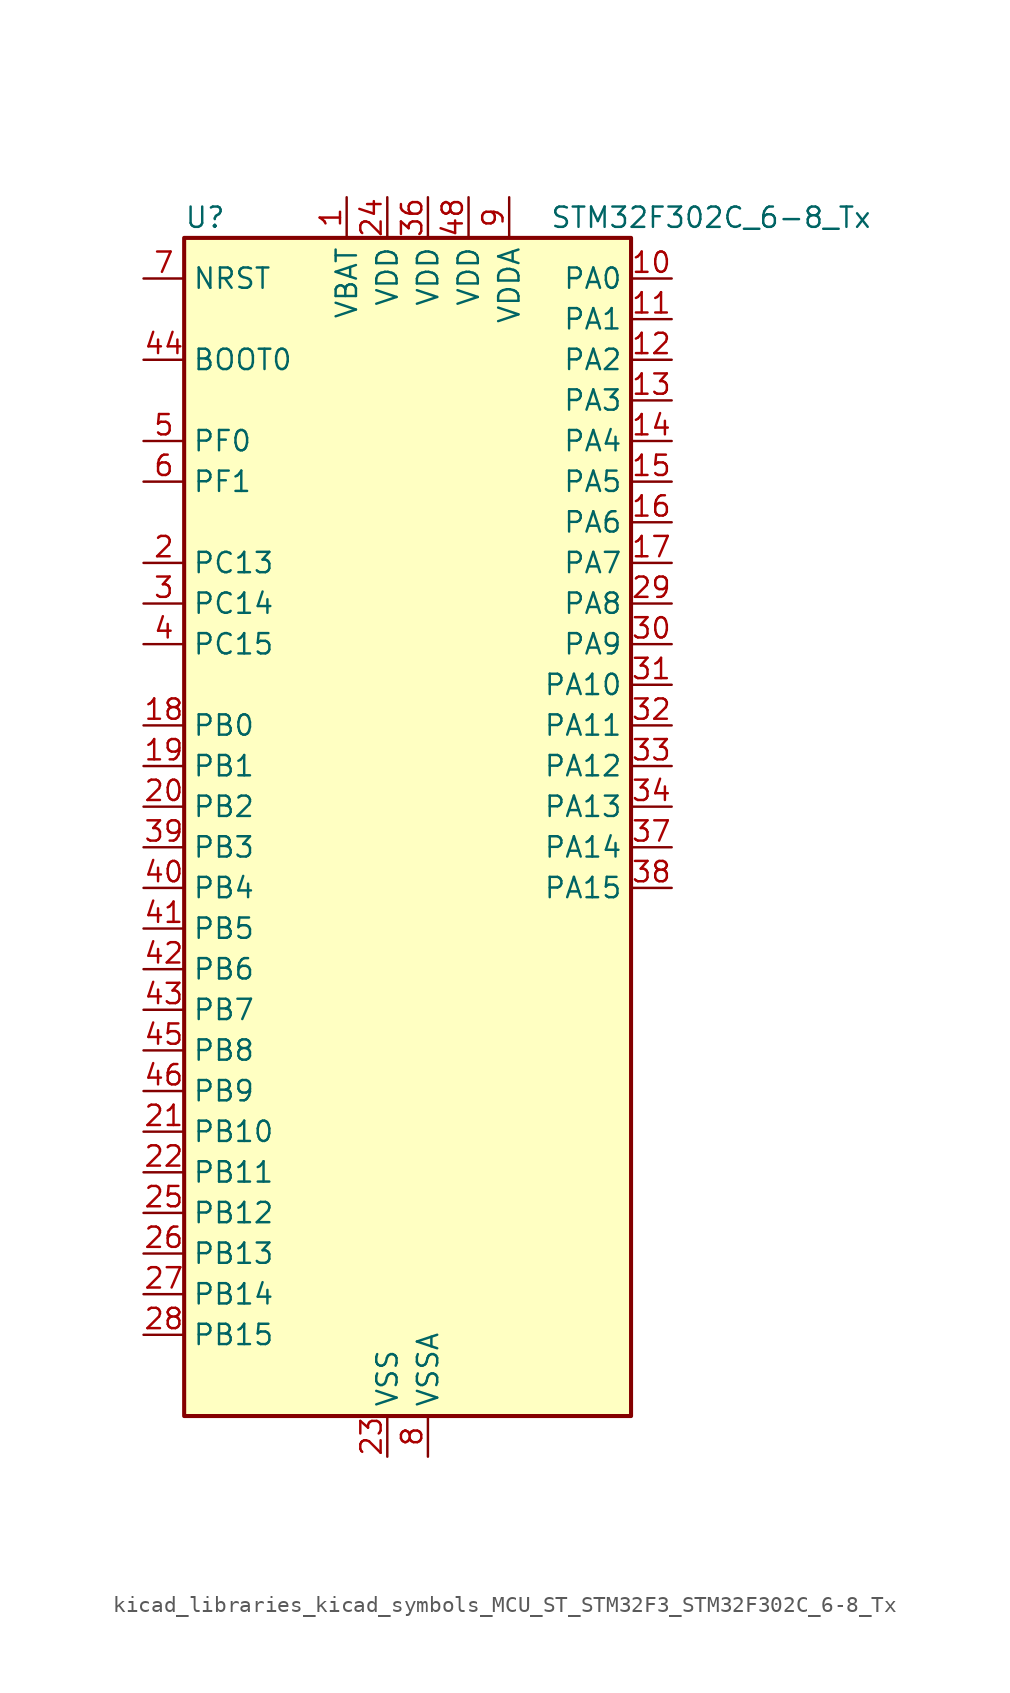
<source format=kicad_sym>
(kicad_symbol_lib
  (version 20220914)
  (generator kicad_symbol_editor)
  (symbol "kicad_libraries_kicad_symbols_MCU_ST_STM32F3_STM32F302C_6-8_Tx"
    (property "Reference" "U"
      (at -12.7 39.37 0)
      (effects (font (size 1.27 1.27)) (justify left)))
    (property "Value" "STM32F302C_6-8_Tx"
      (at 10.16 39.37 0)
      (effects (font (size 1.27 1.27)) (justify left)))
    (property "ki_locked" ""
      (at 0 0 0)
      (effects (font (size 1.27 1.27))))
    (symbol "kicad_libraries_kicad_symbols_MCU_ST_STM32F3_STM32F302C_6-8_Tx_0_1"
      (rectangle (start -12.7 -35.56) (end 15.24 38.1) (stroke (width 0.254) (type default)) (fill (type background))))
    (symbol "kicad_libraries_kicad_symbols_MCU_ST_STM32F3_STM32F302C_6-8_Tx_1_1"
      (pin power_in line (at -2.54 40.64 270) (length 2.54) (name "VBAT" (effects (font (size 1.27 1.27)))) (number "1" (effects (font (size 1.27 1.27)))))
      (pin bidirectional line (at 17.78 35.56 180) (length 2.54) (name "PA0" (effects (font (size 1.27 1.27)))) (number "10" (effects (font (size 1.27 1.27)))) (alternate "ADC1_IN1" bidirectional line) (alternate "RTC_TAMP2" bidirectional line) (alternate "SYS_WKUP1" bidirectional line) (alternate "TIM2_CH1" bidirectional line) (alternate "TIM2_ETR" bidirectional line) (alternate "TSC_G1_IO1" bidirectional line) (alternate "USART2_CTS" bidirectional line))
      (pin bidirectional line (at 17.78 33.02 180) (length 2.54) (name "PA1" (effects (font (size 1.27 1.27)))) (number "11" (effects (font (size 1.27 1.27)))) (alternate "ADC1_IN2" bidirectional line) (alternate "RTC_REFIN" bidirectional line) (alternate "TIM15_CH1N" bidirectional line) (alternate "TIM2_CH2" bidirectional line) (alternate "TSC_G1_IO2" bidirectional line) (alternate "USART2_DE" bidirectional line) (alternate "USART2_RTS" bidirectional line))
      (pin bidirectional line (at 17.78 30.48 180) (length 2.54) (name "PA2" (effects (font (size 1.27 1.27)))) (number "12" (effects (font (size 1.27 1.27)))) (alternate "ADC1_IN3" bidirectional line) (alternate "COMP2_INM" bidirectional line) (alternate "COMP2_OUT" bidirectional line) (alternate "TIM15_CH1" bidirectional line) (alternate "TIM2_CH3" bidirectional line) (alternate "TSC_G1_IO3" bidirectional line) (alternate "USART2_TX" bidirectional line))
      (pin bidirectional line (at 17.78 27.94 180) (length 2.54) (name "PA3" (effects (font (size 1.27 1.27)))) (number "13" (effects (font (size 1.27 1.27)))) (alternate "ADC1_IN4" bidirectional line) (alternate "TIM15_CH2" bidirectional line) (alternate "TIM2_CH4" bidirectional line) (alternate "TSC_G1_IO4" bidirectional line) (alternate "USART2_RX" bidirectional line))
      (pin bidirectional line (at 17.78 25.4 180) (length 2.54) (name "PA4" (effects (font (size 1.27 1.27)))) (number "14" (effects (font (size 1.27 1.27)))) (alternate "ADC1_IN5" bidirectional line) (alternate "COMP2_INM" bidirectional line) (alternate "COMP4_INM" bidirectional line) (alternate "COMP6_INM" bidirectional line) (alternate "DAC_OUT1" bidirectional line) (alternate "I2S3_WS" bidirectional line) (alternate "SPI3_NSS" bidirectional line) (alternate "TSC_G2_IO1" bidirectional line) (alternate "USART2_CK" bidirectional line))
      (pin bidirectional line (at 17.78 22.86 180) (length 2.54) (name "PA5" (effects (font (size 1.27 1.27)))) (number "15" (effects (font (size 1.27 1.27)))) (alternate "OPAMP2_VINM" bidirectional line) (alternate "OPAMP2_VINM_SEC" bidirectional line) (alternate "TIM2_CH1" bidirectional line) (alternate "TIM2_ETR" bidirectional line) (alternate "TSC_G2_IO2" bidirectional line))
      (pin bidirectional line (at 17.78 20.32 180) (length 2.54) (name "PA6" (effects (font (size 1.27 1.27)))) (number "16" (effects (font (size 1.27 1.27)))) (alternate "ADC1_IN10" bidirectional line) (alternate "OPAMP2_VOUT" bidirectional line) (alternate "TIM16_CH1" bidirectional line) (alternate "TIM1_BKIN" bidirectional line) (alternate "TSC_G2_IO3" bidirectional line))
      (pin bidirectional line (at 17.78 17.78 180) (length 2.54) (name "PA7" (effects (font (size 1.27 1.27)))) (number "17" (effects (font (size 1.27 1.27)))) (alternate "ADC1_IN15" bidirectional line) (alternate "COMP2_INP" bidirectional line) (alternate "OPAMP2_VINP" bidirectional line) (alternate "OPAMP2_VINP_SEC" bidirectional line) (alternate "TIM17_CH1" bidirectional line) (alternate "TIM1_CH1N" bidirectional line) (alternate "TSC_G2_IO4" bidirectional line))
      (pin bidirectional line (at -15.24 7.62 0) (length 2.54) (name "PB0" (effects (font (size 1.27 1.27)))) (number "18" (effects (font (size 1.27 1.27)))) (alternate "ADC1_IN11" bidirectional line) (alternate "COMP4_INP" bidirectional line) (alternate "OPAMP2_VINP" bidirectional line) (alternate "OPAMP2_VINP_SEC" bidirectional line) (alternate "TIM1_CH2N" bidirectional line) (alternate "TSC_G3_IO2" bidirectional line))
      (pin bidirectional line (at -15.24 5.08 0) (length 2.54) (name "PB1" (effects (font (size 1.27 1.27)))) (number "19" (effects (font (size 1.27 1.27)))) (alternate "ADC1_IN12" bidirectional line) (alternate "COMP4_OUT" bidirectional line) (alternate "TIM1_CH3N" bidirectional line) (alternate "TSC_G3_IO3" bidirectional line))
      (pin bidirectional line (at -15.24 17.78 0) (length 2.54) (name "PC13" (effects (font (size 1.27 1.27)))) (number "2" (effects (font (size 1.27 1.27)))) (alternate "RTC_OUT_ALARM" bidirectional line) (alternate "RTC_OUT_CALIB" bidirectional line) (alternate "RTC_TAMP1" bidirectional line) (alternate "RTC_TS" bidirectional line) (alternate "SYS_WKUP2" bidirectional line) (alternate "TIM1_CH1N" bidirectional line))
      (pin bidirectional line (at -15.24 2.54 0) (length 2.54) (name "PB2" (effects (font (size 1.27 1.27)))) (number "20" (effects (font (size 1.27 1.27)))) (alternate "COMP4_INM" bidirectional line) (alternate "TSC_G3_IO4" bidirectional line))
      (pin bidirectional line (at -15.24 -17.78 0) (length 2.54) (name "PB10" (effects (font (size 1.27 1.27)))) (number "21" (effects (font (size 1.27 1.27)))) (alternate "TIM2_CH3" bidirectional line) (alternate "TSC_SYNC" bidirectional line) (alternate "USART3_TX" bidirectional line))
      (pin bidirectional line (at -15.24 -20.32 0) (length 2.54) (name "PB11" (effects (font (size 1.27 1.27)))) (number "22" (effects (font (size 1.27 1.27)))) (alternate "ADC1_EXTI11" bidirectional line) (alternate "ADC1_IN14" bidirectional line) (alternate "COMP6_INP" bidirectional line) (alternate "TIM2_CH4" bidirectional line) (alternate "TSC_G6_IO1" bidirectional line) (alternate "USART3_RX" bidirectional line))
      (pin power_in line (at 0 -38.1 90) (length 2.54) (name "VSS" (effects (font (size 1.27 1.27)))) (number "23" (effects (font (size 1.27 1.27)))))
      (pin power_in line (at 0 40.64 270) (length 2.54) (name "VDD" (effects (font (size 1.27 1.27)))) (number "24" (effects (font (size 1.27 1.27)))))
      (pin bidirectional line (at -15.24 -22.86 0) (length 2.54) (name "PB12" (effects (font (size 1.27 1.27)))) (number "25" (effects (font (size 1.27 1.27)))) (alternate "I2C2_SMBA" bidirectional line) (alternate "I2S2_WS" bidirectional line) (alternate "SPI2_NSS" bidirectional line) (alternate "TIM1_BKIN" bidirectional line) (alternate "TSC_G6_IO2" bidirectional line) (alternate "USART3_CK" bidirectional line))
      (pin bidirectional line (at -15.24 -25.4 0) (length 2.54) (name "PB13" (effects (font (size 1.27 1.27)))) (number "26" (effects (font (size 1.27 1.27)))) (alternate "ADC1_IN13" bidirectional line) (alternate "I2S2_CK" bidirectional line) (alternate "SPI2_SCK" bidirectional line) (alternate "TIM1_CH1N" bidirectional line) (alternate "TSC_G6_IO3" bidirectional line) (alternate "USART3_CTS" bidirectional line))
      (pin bidirectional line (at -15.24 -27.94 0) (length 2.54) (name "PB14" (effects (font (size 1.27 1.27)))) (number "27" (effects (font (size 1.27 1.27)))) (alternate "I2S2_ext_SD" bidirectional line) (alternate "OPAMP2_VINP" bidirectional line) (alternate "OPAMP2_VINP_SEC" bidirectional line) (alternate "SPI2_MISO" bidirectional line) (alternate "TIM15_CH1" bidirectional line) (alternate "TIM1_CH2N" bidirectional line) (alternate "TSC_G6_IO4" bidirectional line) (alternate "USART3_DE" bidirectional line) (alternate "USART3_RTS" bidirectional line))
      (pin bidirectional line (at -15.24 -30.48 0) (length 2.54) (name "PB15" (effects (font (size 1.27 1.27)))) (number "28" (effects (font (size 1.27 1.27)))) (alternate "ADC1_EXTI15" bidirectional line) (alternate "COMP6_INM" bidirectional line) (alternate "I2S2_SD" bidirectional line) (alternate "RTC_REFIN" bidirectional line) (alternate "SPI2_MOSI" bidirectional line) (alternate "TIM15_CH1N" bidirectional line) (alternate "TIM15_CH2" bidirectional line) (alternate "TIM1_CH3N" bidirectional line))
      (pin bidirectional line (at 17.78 15.24 180) (length 2.54) (name "PA8" (effects (font (size 1.27 1.27)))) (number "29" (effects (font (size 1.27 1.27)))) (alternate "I2C2_SMBA" bidirectional line) (alternate "I2C3_SCL" bidirectional line) (alternate "I2S2_MCK" bidirectional line) (alternate "RCC_MCO" bidirectional line) (alternate "TIM1_CH1" bidirectional line) (alternate "USART1_CK" bidirectional line))
      (pin bidirectional line (at -15.24 15.24 0) (length 2.54) (name "PC14" (effects (font (size 1.27 1.27)))) (number "3" (effects (font (size 1.27 1.27)))) (alternate "RCC_OSC32_IN" bidirectional line))
      (pin bidirectional line (at 17.78 12.7 180) (length 2.54) (name "PA9" (effects (font (size 1.27 1.27)))) (number "30" (effects (font (size 1.27 1.27)))) (alternate "DAC_EXTI9" bidirectional line) (alternate "I2C2_SCL" bidirectional line) (alternate "I2C3_SMBA" bidirectional line) (alternate "I2S3_MCK" bidirectional line) (alternate "TIM15_BKIN" bidirectional line) (alternate "TIM1_CH2" bidirectional line) (alternate "TIM2_CH3" bidirectional line) (alternate "TSC_G4_IO1" bidirectional line) (alternate "USART1_TX" bidirectional line))
      (pin bidirectional line (at 17.78 10.16 180) (length 2.54) (name "PA10" (effects (font (size 1.27 1.27)))) (number "31" (effects (font (size 1.27 1.27)))) (alternate "COMP6_OUT" bidirectional line) (alternate "I2C2_SDA" bidirectional line) (alternate "I2S2_ext_SD" bidirectional line) (alternate "SPI2_MISO" bidirectional line) (alternate "TIM17_BKIN" bidirectional line) (alternate "TIM1_CH3" bidirectional line) (alternate "TIM2_CH4" bidirectional line) (alternate "TSC_G4_IO2" bidirectional line) (alternate "USART1_RX" bidirectional line))
      (pin bidirectional line (at 17.78 7.62 180) (length 2.54) (name "PA11" (effects (font (size 1.27 1.27)))) (number "32" (effects (font (size 1.27 1.27)))) (alternate "ADC1_EXTI11" bidirectional line) (alternate "CAN_RX" bidirectional line) (alternate "I2S2_SD" bidirectional line) (alternate "SPI2_MOSI" bidirectional line) (alternate "TIM1_BKIN2" bidirectional line) (alternate "TIM1_CH1N" bidirectional line) (alternate "TIM1_CH4" bidirectional line) (alternate "USART1_CTS" bidirectional line) (alternate "USB_DM" bidirectional line))
      (pin bidirectional line (at 17.78 5.08 180) (length 2.54) (name "PA12" (effects (font (size 1.27 1.27)))) (number "33" (effects (font (size 1.27 1.27)))) (alternate "CAN_TX" bidirectional line) (alternate "COMP2_OUT" bidirectional line) (alternate "I2S_CKIN" bidirectional line) (alternate "TIM16_CH1" bidirectional line) (alternate "TIM1_CH2N" bidirectional line) (alternate "TIM1_ETR" bidirectional line) (alternate "USART1_DE" bidirectional line) (alternate "USART1_RTS" bidirectional line) (alternate "USB_DP" bidirectional line))
      (pin bidirectional line (at 17.78 2.54 180) (length 2.54) (name "PA13" (effects (font (size 1.27 1.27)))) (number "34" (effects (font (size 1.27 1.27)))) (alternate "IR_OUT" bidirectional line) (alternate "SYS_JTMS-SWDIO" bidirectional line) (alternate "TIM16_CH1N" bidirectional line) (alternate "TSC_G4_IO3" bidirectional line) (alternate "USART3_CTS" bidirectional line))
      (pin passive line (at 0 -38.1 90) (length 2.54) hide (name "VSS" (effects (font (size 1.27 1.27)))) (number "35" (effects (font (size 1.27 1.27)))))
      (pin power_in line (at 2.54 40.64 270) (length 2.54) (name "VDD" (effects (font (size 1.27 1.27)))) (number "36" (effects (font (size 1.27 1.27)))))
      (pin bidirectional line (at 17.78 0 180) (length 2.54) (name "PA14" (effects (font (size 1.27 1.27)))) (number "37" (effects (font (size 1.27 1.27)))) (alternate "I2C1_SDA" bidirectional line) (alternate "SYS_JTCK-SWCLK" bidirectional line) (alternate "TIM1_BKIN" bidirectional line) (alternate "TSC_G4_IO4" bidirectional line) (alternate "USART2_TX" bidirectional line))
      (pin bidirectional line (at 17.78 -2.54 180) (length 2.54) (name "PA15" (effects (font (size 1.27 1.27)))) (number "38" (effects (font (size 1.27 1.27)))) (alternate "ADC1_EXTI15" bidirectional line) (alternate "I2C1_SCL" bidirectional line) (alternate "I2S3_WS" bidirectional line) (alternate "SPI3_NSS" bidirectional line) (alternate "SYS_JTDI" bidirectional line) (alternate "TIM1_BKIN" bidirectional line) (alternate "TIM2_CH1" bidirectional line) (alternate "TIM2_ETR" bidirectional line) (alternate "TSC_SYNC" bidirectional line) (alternate "USART2_RX" bidirectional line))
      (pin bidirectional line (at -15.24 0 0) (length 2.54) (name "PB3" (effects (font (size 1.27 1.27)))) (number "39" (effects (font (size 1.27 1.27)))) (alternate "I2S3_CK" bidirectional line) (alternate "SPI3_SCK" bidirectional line) (alternate "SYS_JTDO-TRACESWO" bidirectional line) (alternate "TIM2_CH2" bidirectional line) (alternate "TSC_G5_IO1" bidirectional line) (alternate "USART2_TX" bidirectional line))
      (pin bidirectional line (at -15.24 12.7 0) (length 2.54) (name "PC15" (effects (font (size 1.27 1.27)))) (number "4" (effects (font (size 1.27 1.27)))) (alternate "ADC1_EXTI15" bidirectional line) (alternate "RCC_OSC32_OUT" bidirectional line))
      (pin bidirectional line (at -15.24 -2.54 0) (length 2.54) (name "PB4" (effects (font (size 1.27 1.27)))) (number "40" (effects (font (size 1.27 1.27)))) (alternate "I2S3_ext_SD" bidirectional line) (alternate "SPI3_MISO" bidirectional line) (alternate "SYS_NJTRST" bidirectional line) (alternate "TIM16_CH1" bidirectional line) (alternate "TIM17_BKIN" bidirectional line) (alternate "TSC_G5_IO2" bidirectional line) (alternate "USART2_RX" bidirectional line))
      (pin bidirectional line (at -15.24 -5.08 0) (length 2.54) (name "PB5" (effects (font (size 1.27 1.27)))) (number "41" (effects (font (size 1.27 1.27)))) (alternate "I2C1_SMBA" bidirectional line) (alternate "I2C3_SDA" bidirectional line) (alternate "I2S3_SD" bidirectional line) (alternate "SPI3_MOSI" bidirectional line) (alternate "TIM16_BKIN" bidirectional line) (alternate "TIM17_CH1" bidirectional line) (alternate "USART2_CK" bidirectional line))
      (pin bidirectional line (at -15.24 -7.62 0) (length 2.54) (name "PB6" (effects (font (size 1.27 1.27)))) (number "42" (effects (font (size 1.27 1.27)))) (alternate "I2C1_SCL" bidirectional line) (alternate "TIM16_CH1N" bidirectional line) (alternate "TSC_G5_IO3" bidirectional line) (alternate "USART1_TX" bidirectional line))
      (pin bidirectional line (at -15.24 -10.16 0) (length 2.54) (name "PB7" (effects (font (size 1.27 1.27)))) (number "43" (effects (font (size 1.27 1.27)))) (alternate "I2C1_SDA" bidirectional line) (alternate "TIM17_CH1N" bidirectional line) (alternate "TSC_G5_IO4" bidirectional line) (alternate "USART1_RX" bidirectional line))
      (pin input line (at -15.24 30.48 0) (length 2.54) (name "BOOT0" (effects (font (size 1.27 1.27)))) (number "44" (effects (font (size 1.27 1.27)))))
      (pin bidirectional line (at -15.24 -12.7 0) (length 2.54) (name "PB8" (effects (font (size 1.27 1.27)))) (number "45" (effects (font (size 1.27 1.27)))) (alternate "CAN_RX" bidirectional line) (alternate "I2C1_SCL" bidirectional line) (alternate "TIM16_CH1" bidirectional line) (alternate "TIM1_BKIN" bidirectional line) (alternate "TSC_SYNC" bidirectional line) (alternate "USART3_RX" bidirectional line))
      (pin bidirectional line (at -15.24 -15.24 0) (length 2.54) (name "PB9" (effects (font (size 1.27 1.27)))) (number "46" (effects (font (size 1.27 1.27)))) (alternate "CAN_TX" bidirectional line) (alternate "COMP2_OUT" bidirectional line) (alternate "DAC_EXTI9" bidirectional line) (alternate "I2C1_SDA" bidirectional line) (alternate "IR_OUT" bidirectional line) (alternate "TIM17_CH1" bidirectional line) (alternate "USART3_TX" bidirectional line))
      (pin passive line (at 0 -38.1 90) (length 2.54) hide (name "VSS" (effects (font (size 1.27 1.27)))) (number "47" (effects (font (size 1.27 1.27)))))
      (pin power_in line (at 5.08 40.64 270) (length 2.54) (name "VDD" (effects (font (size 1.27 1.27)))) (number "48" (effects (font (size 1.27 1.27)))))
      (pin bidirectional line (at -15.24 25.4 0) (length 2.54) (name "PF0" (effects (font (size 1.27 1.27)))) (number "5" (effects (font (size 1.27 1.27)))) (alternate "I2C2_SDA" bidirectional line) (alternate "I2S2_WS" bidirectional line) (alternate "RCC_OSC_IN" bidirectional line) (alternate "SPI2_NSS" bidirectional line) (alternate "TIM1_CH3N" bidirectional line))
      (pin bidirectional line (at -15.24 22.86 0) (length 2.54) (name "PF1" (effects (font (size 1.27 1.27)))) (number "6" (effects (font (size 1.27 1.27)))) (alternate "I2C2_SCL" bidirectional line) (alternate "I2S2_CK" bidirectional line) (alternate "RCC_OSC_OUT" bidirectional line) (alternate "SPI2_SCK" bidirectional line))
      (pin input line (at -15.24 35.56 0) (length 2.54) (name "NRST" (effects (font (size 1.27 1.27)))) (number "7" (effects (font (size 1.27 1.27)))))
      (pin power_in line (at 2.54 -38.1 90) (length 2.54) (name "VSSA" (effects (font (size 1.27 1.27)))) (number "8" (effects (font (size 1.27 1.27)))))
      (pin power_in line (at 7.62 40.64 270) (length 2.54) (name "VDDA" (effects (font (size 1.27 1.27)))) (number "9" (effects (font (size 1.27 1.27))))))))
</source>
